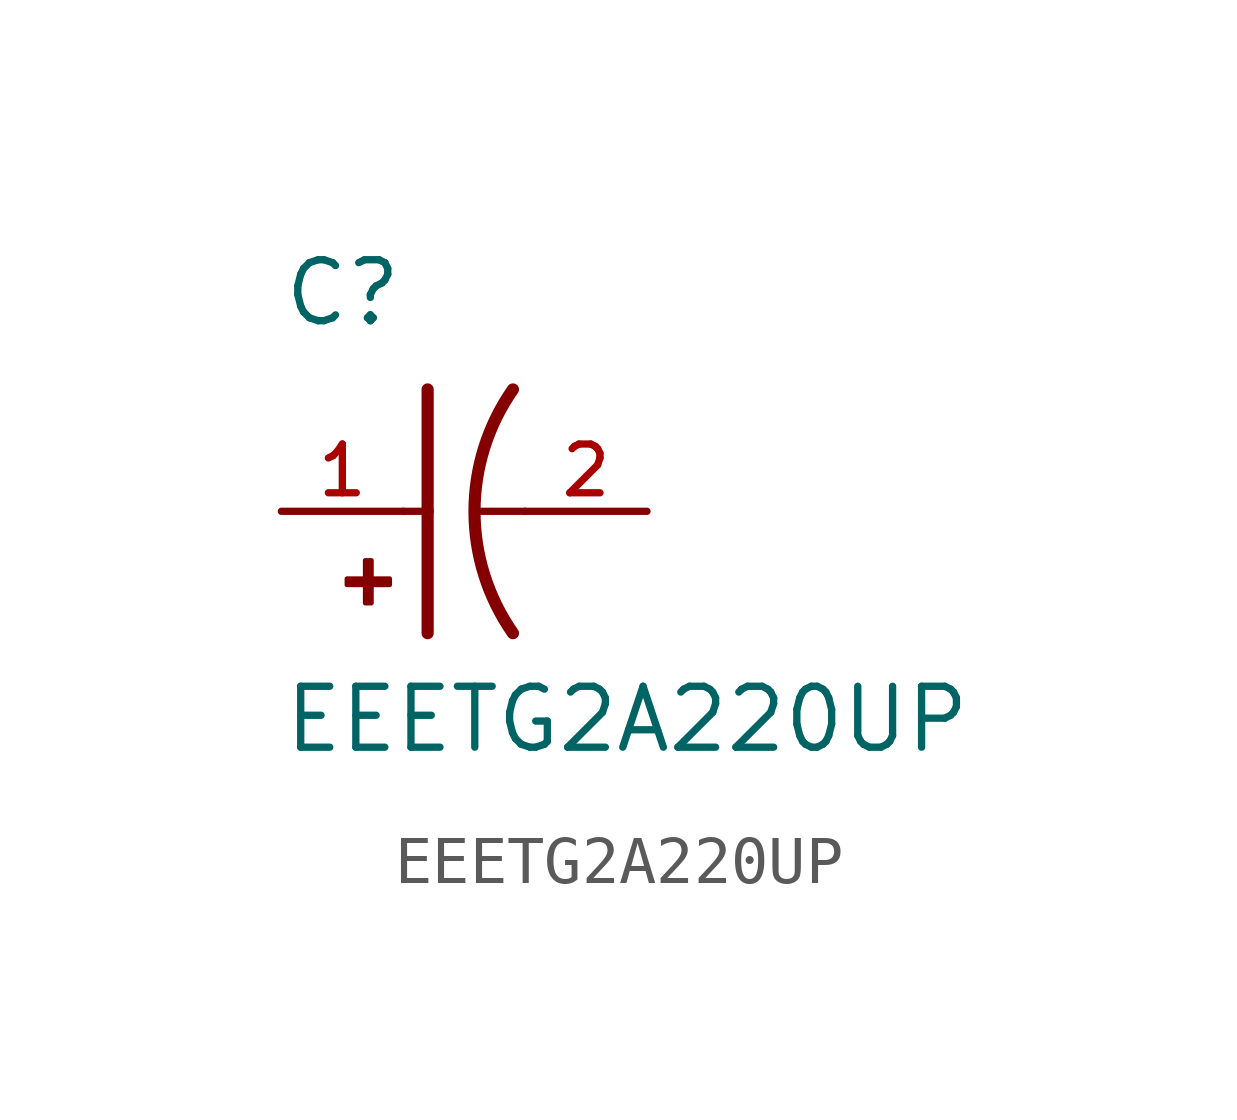
<source format=kicad_sym>
(kicad_symbol_lib
  (version 20211014)
  (generator kicad_symbol_editor)
  (symbol "EEETG2A220UP"
    (pin_names
      (offset 1.016))
    (property "Reference" "C"
      (at -2.54 3.81 0)
      (effects (font (size 1.27 1.27)) (justify bottom left)))
    (property "Value" "EEETG2A220UP"
      (at -2.54 -5.08 0)
      (effects (font (size 1.27 1.27)) (justify bottom left)))
    (symbol "EEETG2A220UP_0_0"
      (arc (start 2.286 -2.54) (mid 1.4851 -0.0) (end 2.286 2.54) (stroke (width 0.254) (type default) (color 0 0 0 0)) (fill (type none)))
      (polyline (pts (xy 0.508 2.54) (xy 0.508 0.0)) (stroke (width 0.254)))
      (rectangle (start -1.173 -1.532) (end -0.284 -1.405) (stroke (width 0.1)) (fill (type outline)))
      (rectangle (start -0.792 -1.913) (end -0.665 -1.024) (stroke (width 0.1)) (fill (type outline)))
      (polyline (pts (xy 0.508 0.0) (xy 0.508 -2.54)) (stroke (width 0.254)))
      (polyline (pts (xy 0.0 0.0) (xy 0.508 0.0)) (stroke (width 0.152)))
      (polyline (pts (xy 2.54 0.0) (xy 1.524 0.0)) (stroke (width 0.152)))
      (pin passive line (at -2.54 0.0 0) (length 2.54) (name "~" (effects (font (size 1.016 1.016)))) (number "1" (effects (font (size 1.016 1.016)))))
      (pin passive line (at 5.08 0.0 180.0) (length 2.54) (name "~" (effects (font (size 1.016 1.016)))) (number "2" (effects (font (size 1.016 1.016))))))))
</source>
